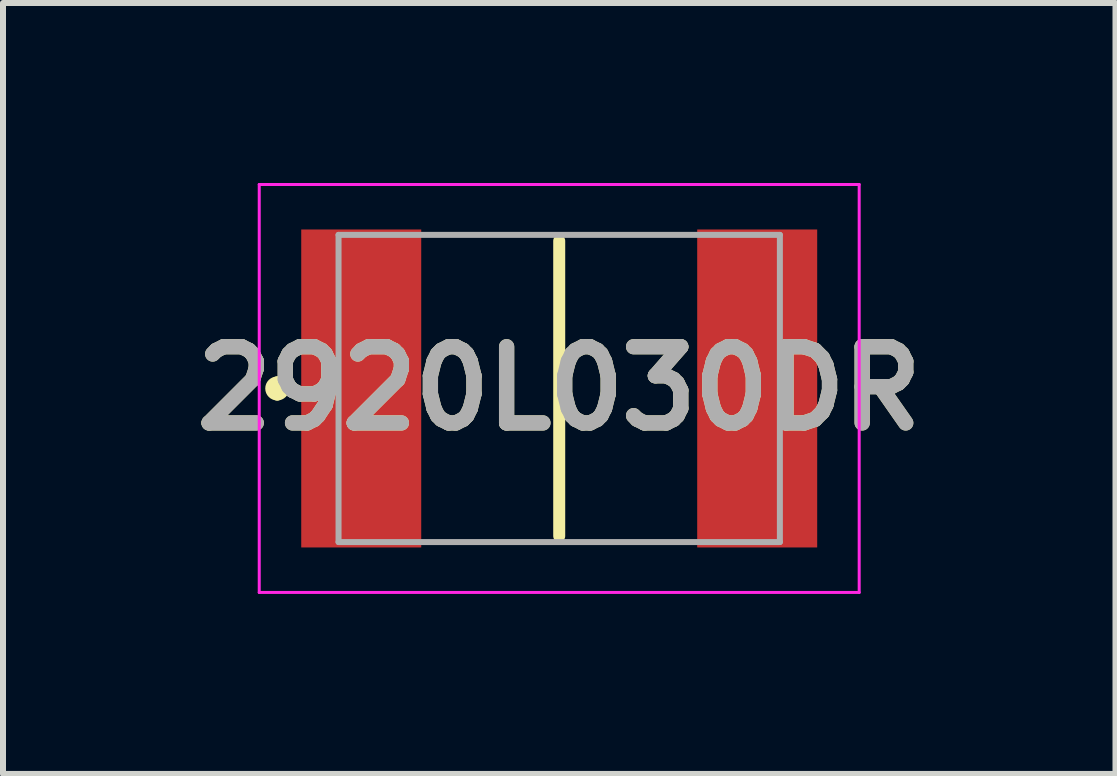
<source format=kicad_pcb>
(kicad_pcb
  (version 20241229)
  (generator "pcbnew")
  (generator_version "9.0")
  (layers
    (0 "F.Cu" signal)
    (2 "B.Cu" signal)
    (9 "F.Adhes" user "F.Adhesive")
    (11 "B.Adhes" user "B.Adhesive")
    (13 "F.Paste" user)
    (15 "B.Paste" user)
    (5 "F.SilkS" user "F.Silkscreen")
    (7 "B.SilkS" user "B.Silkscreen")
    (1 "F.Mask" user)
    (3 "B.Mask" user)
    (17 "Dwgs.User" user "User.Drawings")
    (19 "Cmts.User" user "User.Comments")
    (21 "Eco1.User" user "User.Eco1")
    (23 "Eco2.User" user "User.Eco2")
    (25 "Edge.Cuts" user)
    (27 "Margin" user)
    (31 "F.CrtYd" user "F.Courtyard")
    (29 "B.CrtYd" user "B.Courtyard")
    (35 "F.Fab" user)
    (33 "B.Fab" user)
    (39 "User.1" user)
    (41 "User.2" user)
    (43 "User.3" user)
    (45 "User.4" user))
  (footprint "2920L030DR"
    (layer "F.Cu")
    (at 6.271 3.425)
    (property "Reference" "2920L030DR" (at 0 0 0) (layer "F.SilkS") (effects (font (size 1.27 1.27) (thickness 0.254))))
    (attr smd)
    (fp_line (start -4.7 -0.1) (end -4.7 -0.1) (stroke (width 0.2) (type solid)) (layer "F.SilkS"))
    (fp_line (start -4.7 0.1) (end -4.7 0.1) (stroke (width 0.2) (type solid)) (layer "F.SilkS"))
    (fp_line (start 0 -2.46) (end 0 2.46) (stroke (width 0.2) (type solid)) (layer "F.SilkS"))
    (fp_arc (start -4.7 -0.1) (mid -4.6 0) (end -4.7 0.1) (stroke (width 0.2) (type solid)) (layer "F.SilkS"))
    (fp_arc (start -4.7 0.1) (mid -4.8 0) (end -4.7 -0.1) (stroke (width 0.2) (type solid)) (layer "F.SilkS"))
    (fp_line (start -5 -3.4) (end 5 -3.4) (stroke (width 0.05) (type solid)) (layer "F.CrtYd"))
    (fp_line (start -5 3.4) (end -5 -3.4) (stroke (width 0.05) (type solid)) (layer "F.CrtYd"))
    (fp_line (start 5 -3.4) (end 5 3.4) (stroke (width 0.05) (type solid)) (layer "F.CrtYd"))
    (fp_line (start 5 3.4) (end -5 3.4) (stroke (width 0.05) (type solid)) (layer "F.CrtYd"))
    (fp_line (start -3.678 -2.56) (end 3.678 -2.56) (stroke (width 0.1) (type solid)) (layer "F.Fab"))
    (fp_line (start -3.678 2.56) (end -3.678 -2.56) (stroke (width 0.1) (type solid)) (layer "F.Fab"))
    (fp_line (start 3.678 -2.56) (end 3.678 2.56) (stroke (width 0.1) (type solid)) (layer "F.Fab"))
    (fp_line (start 3.678 2.56) (end -3.678 2.56) (stroke (width 0.1) (type solid)) (layer "F.Fab"))
    (fp_text user "${REFERENCE}" (at 0 0 0) (layer "F.Fab") (effects (font (size 1.27 1.27) (thickness 0.254))))
    (pad "1" smd rect (at -3.3 0) (size 2 5.3) (layers "F.Cu" "F.Mask" "F.Paste"))
    (pad "2" smd rect (at 3.3 0) (size 2 5.3) (layers "F.Cu" "F.Mask" "F.Paste")))
  (gr_rect
    (start -3 -3)
    (end 15.543 9.85)
    (stroke (width 0.1) (type default))
    (fill no)
    (layer "Edge.Cuts")))
</source>
